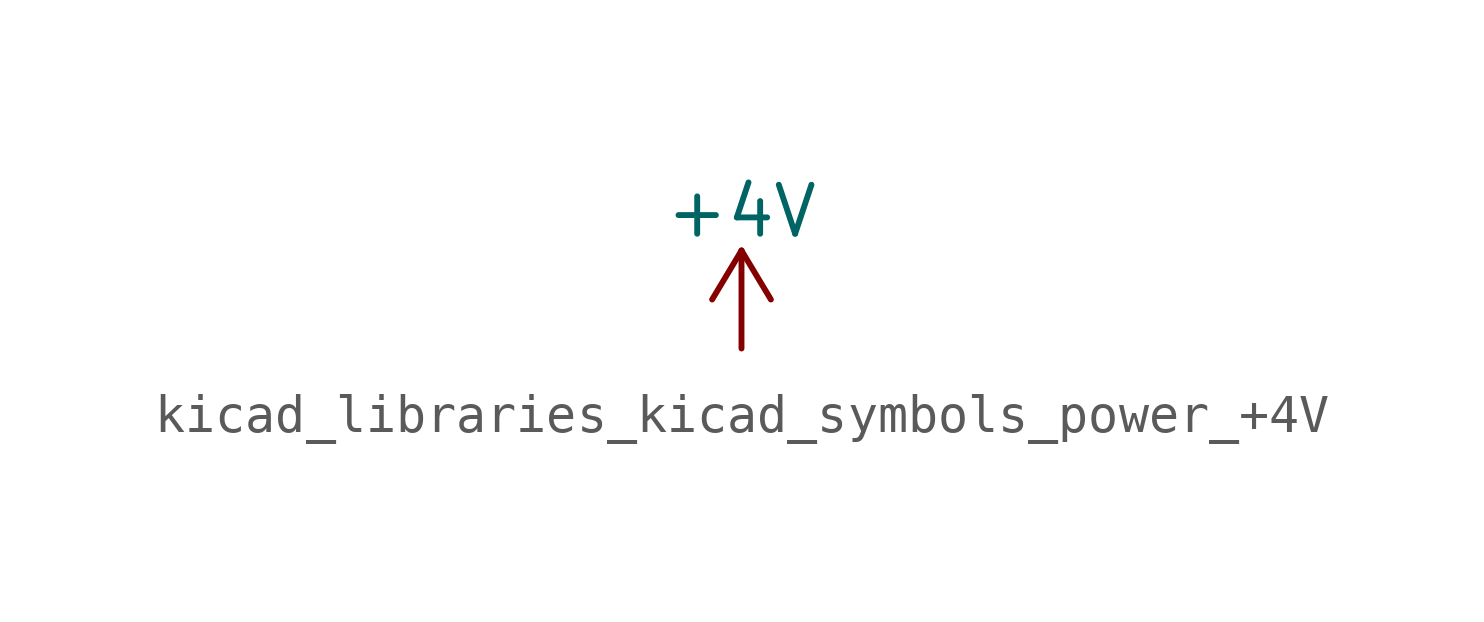
<source format=kicad_sym>
(kicad_symbol_lib
  (version 20220914)
  (generator kicad_symbol_editor)
  (symbol "kicad_libraries_kicad_symbols_power_+4V"
    (power)
    (pin_names
      (offset 0))
    (property "Reference" "#PWR"
      (at 0 -3.81 0)
      (effects (font (size 1.27 1.27)) hide))
    (property "Value" "+4V"
      (at 0 3.556 0)
      (effects (font (size 1.27 1.27))))
    (symbol "kicad_libraries_kicad_symbols_power_+4V_0_1"
      (polyline (pts (xy -0.762 1.27) (xy 0 2.54)) (stroke (width 0) (type default)) (fill (type none)))
      (polyline (pts (xy 0 0) (xy 0 2.54)) (stroke (width 0) (type default)) (fill (type none)))
      (polyline (pts (xy 0 2.54) (xy 0.762 1.27)) (stroke (width 0) (type default)) (fill (type none))))
    (symbol "kicad_libraries_kicad_symbols_power_+4V_1_1"
      (pin power_in line (at 0 0 90) (length 0) hide (name "+4V" (effects (font (size 1.27 1.27)))) (number "1" (effects (font (size 1.27 1.27))))))))
</source>
